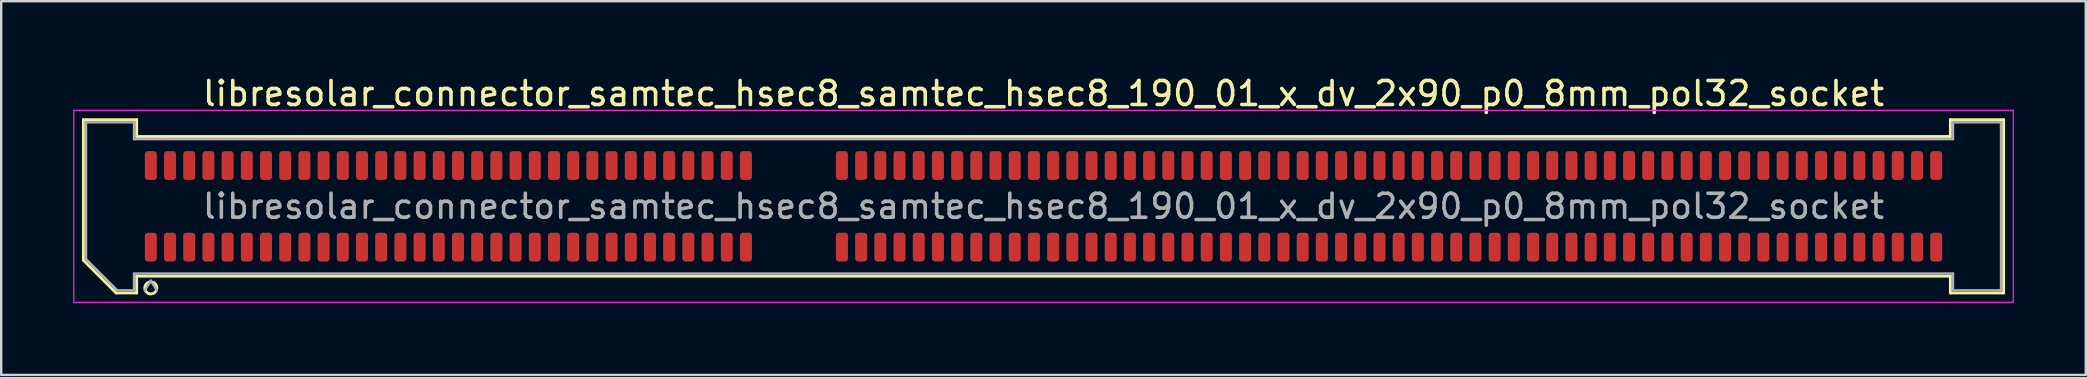
<source format=kicad_pcb>
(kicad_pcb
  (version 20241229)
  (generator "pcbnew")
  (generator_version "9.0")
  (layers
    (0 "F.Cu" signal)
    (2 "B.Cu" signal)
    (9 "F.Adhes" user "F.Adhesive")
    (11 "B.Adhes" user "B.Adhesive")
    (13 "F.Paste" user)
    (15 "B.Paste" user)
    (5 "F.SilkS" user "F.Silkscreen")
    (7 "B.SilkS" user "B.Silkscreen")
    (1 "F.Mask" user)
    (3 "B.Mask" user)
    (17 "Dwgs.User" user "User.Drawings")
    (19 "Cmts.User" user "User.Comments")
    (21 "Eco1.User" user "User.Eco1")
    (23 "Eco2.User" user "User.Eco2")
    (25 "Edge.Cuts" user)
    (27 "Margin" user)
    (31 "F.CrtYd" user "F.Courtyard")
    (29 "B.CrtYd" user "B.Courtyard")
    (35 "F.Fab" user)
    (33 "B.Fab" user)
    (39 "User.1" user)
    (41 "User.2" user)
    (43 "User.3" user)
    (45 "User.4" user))
  (footprint "libresolar_connector_samtec_hsec8_samtec_hsec8_190_01_x_dv_2x90_p0_8mm_pol32_socket"
    (layer "F.Cu")
    (at 40.435 5.548)
    (property "Reference" "libresolar_connector_samtec_hsec8_samtec_hsec8_190_01_x_dv_2x90_p0_8mm_pol32_socket" (at 0 -4.7 0) (layer "F.SilkS") (effects (font (size 1 1) (thickness 0.15))))
    (attr smd)
    (fp_line (start -40.01 -3.61) (end -37.79 -3.61) (stroke (width 0.12) (type solid)) (layer "F.SilkS"))
    (fp_line (start -40.01 2.246) (end -40.01 -3.61) (stroke (width 0.12) (type solid)) (layer "F.SilkS"))
    (fp_line (start -38.646 3.61) (end -40.01 2.246) (stroke (width 0.12) (type solid)) (layer "F.SilkS"))
    (fp_line (start -37.79 -3.61) (end -37.79 -2.91) (stroke (width 0.12) (type solid)) (layer "F.SilkS"))
    (fp_line (start -37.79 -2.91) (end 37.79 -2.91) (stroke (width 0.12) (type solid)) (layer "F.SilkS"))
    (fp_line (start -37.79 2.91) (end -37.79 3.61) (stroke (width 0.12) (type solid)) (layer "F.SilkS"))
    (fp_line (start -37.79 3.61) (end -38.646 3.61) (stroke (width 0.12) (type solid)) (layer "F.SilkS"))
    (fp_line (start 37.79 -3.61) (end 40.01 -3.61) (stroke (width 0.12) (type solid)) (layer "F.SilkS"))
    (fp_line (start 37.79 -2.91) (end 37.79 -3.61) (stroke (width 0.12) (type solid)) (layer "F.SilkS"))
    (fp_line (start 37.79 2.91) (end -37.79 2.91) (stroke (width 0.12) (type solid)) (layer "F.SilkS"))
    (fp_line (start 37.79 3.61) (end 37.79 2.91) (stroke (width 0.12) (type solid)) (layer "F.SilkS"))
    (fp_line (start 40.01 -3.61) (end 40.01 3.61) (stroke (width 0.12) (type solid)) (layer "F.SilkS"))
    (fp_line (start 40.01 3.61) (end 37.79 3.61) (stroke (width 0.12) (type solid)) (layer "F.SilkS"))
    (fp_arc (start -36.95 3.4) (mid -37.45 3.4) (end -36.95 3.4) (stroke (width 0.12) (type solid)) (layer "F.SilkS"))
    (fp_line (start -40.41 -4) (end -40.41 4) (stroke (width 0.05) (type solid)) (layer "F.CrtYd"))
    (fp_line (start -40.41 4) (end 40.41 4) (stroke (width 0.05) (type solid)) (layer "F.CrtYd"))
    (fp_line (start 40.41 -4) (end -40.41 -4) (stroke (width 0.05) (type solid)) (layer "F.CrtYd"))
    (fp_line (start 40.41 4) (end 40.41 -4) (stroke (width 0.05) (type solid)) (layer "F.CrtYd"))
    (fp_line (start -39.9 -3.5) (end -37.9 -3.5) (stroke (width 0.1) (type solid)) (layer "F.Fab"))
    (fp_line (start -39.9 2.2) (end -39.9 -3.5) (stroke (width 0.1) (type solid)) (layer "F.Fab"))
    (fp_line (start -38.6 3.5) (end -39.9 2.2) (stroke (width 0.1) (type solid)) (layer "F.Fab"))
    (fp_line (start -37.9 -3.5) (end -37.9 -2.8) (stroke (width 0.1) (type solid)) (layer "F.Fab"))
    (fp_line (start -37.9 -2.8) (end 37.9 -2.8) (stroke (width 0.1) (type solid)) (layer "F.Fab"))
    (fp_line (start -37.9 2.8) (end -37.9 3.5) (stroke (width 0.1) (type solid)) (layer "F.Fab"))
    (fp_line (start -37.9 3.5) (end -38.6 3.5) (stroke (width 0.1) (type solid)) (layer "F.Fab"))
    (fp_line (start -37.2 3.1) (end -37.45 3.5) (stroke (width 0.1) (type solid)) (layer "F.Fab"))
    (fp_line (start -37.2 3.1) (end -36.95 3.5) (stroke (width 0.1) (type solid)) (layer "F.Fab"))
    (fp_line (start 37.9 -3.5) (end 39.9 -3.5) (stroke (width 0.1) (type solid)) (layer "F.Fab"))
    (fp_line (start 37.9 -2.8) (end 37.9 -3.5) (stroke (width 0.1) (type solid)) (layer "F.Fab"))
    (fp_line (start 37.9 2.8) (end -37.9 2.8) (stroke (width 0.1) (type solid)) (layer "F.Fab"))
    (fp_line (start 37.9 3.5) (end 37.9 2.8) (stroke (width 0.1) (type solid)) (layer "F.Fab"))
    (fp_line (start 39.9 -3.5) (end 39.9 3.5) (stroke (width 0.1) (type solid)) (layer "F.Fab"))
    (fp_line (start 39.9 3.5) (end 37.9 3.5) (stroke (width 0.1) (type solid)) (layer "F.Fab"))
    (fp_text user "${REFERENCE}" (at 0 0 0) (layer "F.Fab") (effects (font (size 1 1) (thickness 0.15))))
    (pad "1" smd roundrect (at -37.2 1.7) (size 0.5 1.2) (layers "F.Cu" "F.Mask" "F.Paste") (roundrect_rratio 0.25))
    (pad "2" smd roundrect (at -37.2 -1.7) (size 0.5 1.2) (layers "F.Cu" "F.Mask" "F.Paste") (roundrect_rratio 0.25))
    (pad "3" smd roundrect (at -36.4 1.7) (size 0.5 1.2) (layers "F.Cu" "F.Mask" "F.Paste") (roundrect_rratio 0.25))
    (pad "4" smd roundrect (at -36.4 -1.7) (size 0.5 1.2) (layers "F.Cu" "F.Mask" "F.Paste") (roundrect_rratio 0.25))
    (pad "5" smd roundrect (at -35.6 1.7) (size 0.5 1.2) (layers "F.Cu" "F.Mask" "F.Paste") (roundrect_rratio 0.25))
    (pad "6" smd roundrect (at -35.6 -1.7) (size 0.5 1.2) (layers "F.Cu" "F.Mask" "F.Paste") (roundrect_rratio 0.25))
    (pad "7" smd roundrect (at -34.8 1.7) (size 0.5 1.2) (layers "F.Cu" "F.Mask" "F.Paste") (roundrect_rratio 0.25))
    (pad "8" smd roundrect (at -34.8 -1.7) (size 0.5 1.2) (layers "F.Cu" "F.Mask" "F.Paste") (roundrect_rratio 0.25))
    (pad "9" smd roundrect (at -34 1.7) (size 0.5 1.2) (layers "F.Cu" "F.Mask" "F.Paste") (roundrect_rratio 0.25))
    (pad "10" smd roundrect (at -34 -1.7) (size 0.5 1.2) (layers "F.Cu" "F.Mask" "F.Paste") (roundrect_rratio 0.25))
    (pad "11" smd roundrect (at -33.2 1.7) (size 0.5 1.2) (layers "F.Cu" "F.Mask" "F.Paste") (roundrect_rratio 0.25))
    (pad "12" smd roundrect (at -33.2 -1.7) (size 0.5 1.2) (layers "F.Cu" "F.Mask" "F.Paste") (roundrect_rratio 0.25))
    (pad "13" smd roundrect (at -32.4 1.7) (size 0.5 1.2) (layers "F.Cu" "F.Mask" "F.Paste") (roundrect_rratio 0.25))
    (pad "14" smd roundrect (at -32.4 -1.7) (size 0.5 1.2) (layers "F.Cu" "F.Mask" "F.Paste") (roundrect_rratio 0.25))
    (pad "15" smd roundrect (at -31.6 1.7) (size 0.5 1.2) (layers "F.Cu" "F.Mask" "F.Paste") (roundrect_rratio 0.25))
    (pad "16" smd roundrect (at -31.6 -1.7) (size 0.5 1.2) (layers "F.Cu" "F.Mask" "F.Paste") (roundrect_rratio 0.25))
    (pad "17" smd roundrect (at -30.8 1.7) (size 0.5 1.2) (layers "F.Cu" "F.Mask" "F.Paste") (roundrect_rratio 0.25))
    (pad "18" smd roundrect (at -30.8 -1.7) (size 0.5 1.2) (layers "F.Cu" "F.Mask" "F.Paste") (roundrect_rratio 0.25))
    (pad "19" smd roundrect (at -30 1.7) (size 0.5 1.2) (layers "F.Cu" "F.Mask" "F.Paste") (roundrect_rratio 0.25))
    (pad "20" smd roundrect (at -30 -1.7) (size 0.5 1.2) (layers "F.Cu" "F.Mask" "F.Paste") (roundrect_rratio 0.25))
    (pad "21" smd roundrect (at -29.2 1.7) (size 0.5 1.2) (layers "F.Cu" "F.Mask" "F.Paste") (roundrect_rratio 0.25))
    (pad "22" smd roundrect (at -29.2 -1.7) (size 0.5 1.2) (layers "F.Cu" "F.Mask" "F.Paste") (roundrect_rratio 0.25))
    (pad "23" smd roundrect (at -28.4 1.7) (size 0.5 1.2) (layers "F.Cu" "F.Mask" "F.Paste") (roundrect_rratio 0.25))
    (pad "24" smd roundrect (at -28.4 -1.7) (size 0.5 1.2) (layers "F.Cu" "F.Mask" "F.Paste") (roundrect_rratio 0.25))
    (pad "25" smd roundrect (at -27.6 1.7) (size 0.5 1.2) (layers "F.Cu" "F.Mask" "F.Paste") (roundrect_rratio 0.25))
    (pad "26" smd roundrect (at -27.6 -1.7) (size 0.5 1.2) (layers "F.Cu" "F.Mask" "F.Paste") (roundrect_rratio 0.25))
    (pad "27" smd roundrect (at -26.8 1.7) (size 0.5 1.2) (layers "F.Cu" "F.Mask" "F.Paste") (roundrect_rratio 0.25))
    (pad "28" smd roundrect (at -26.8 -1.7) (size 0.5 1.2) (layers "F.Cu" "F.Mask" "F.Paste") (roundrect_rratio 0.25))
    (pad "29" smd roundrect (at -26 1.7) (size 0.5 1.2) (layers "F.Cu" "F.Mask" "F.Paste") (roundrect_rratio 0.25))
    (pad "30" smd roundrect (at -26 -1.7) (size 0.5 1.2) (layers "F.Cu" "F.Mask" "F.Paste") (roundrect_rratio 0.25))
    (pad "31" smd roundrect (at -25.2 1.7) (size 0.5 1.2) (layers "F.Cu" "F.Mask" "F.Paste") (roundrect_rratio 0.25))
    (pad "32" smd roundrect (at -25.2 -1.7) (size 0.5 1.2) (layers "F.Cu" "F.Mask" "F.Paste") (roundrect_rratio 0.25))
    (pad "33" smd roundrect (at -24.4 1.7) (size 0.5 1.2) (layers "F.Cu" "F.Mask" "F.Paste") (roundrect_rratio 0.25))
    (pad "34" smd roundrect (at -24.4 -1.7) (size 0.5 1.2) (layers "F.Cu" "F.Mask" "F.Paste") (roundrect_rratio 0.25))
    (pad "35" smd roundrect (at -23.6 1.7) (size 0.5 1.2) (layers "F.Cu" "F.Mask" "F.Paste") (roundrect_rratio 0.25))
    (pad "36" smd roundrect (at -23.6 -1.7) (size 0.5 1.2) (layers "F.Cu" "F.Mask" "F.Paste") (roundrect_rratio 0.25))
    (pad "37" smd roundrect (at -22.8 1.7) (size 0.5 1.2) (layers "F.Cu" "F.Mask" "F.Paste") (roundrect_rratio 0.25))
    (pad "38" smd roundrect (at -22.8 -1.7) (size 0.5 1.2) (layers "F.Cu" "F.Mask" "F.Paste") (roundrect_rratio 0.25))
    (pad "39" smd roundrect (at -22 1.7) (size 0.5 1.2) (layers "F.Cu" "F.Mask" "F.Paste") (roundrect_rratio 0.25))
    (pad "40" smd roundrect (at -22 -1.7) (size 0.5 1.2) (layers "F.Cu" "F.Mask" "F.Paste") (roundrect_rratio 0.25))
    (pad "41" smd roundrect (at -21.2 1.7) (size 0.5 1.2) (layers "F.Cu" "F.Mask" "F.Paste") (roundrect_rratio 0.25))
    (pad "42" smd roundrect (at -21.2 -1.7) (size 0.5 1.2) (layers "F.Cu" "F.Mask" "F.Paste") (roundrect_rratio 0.25))
    (pad "43" smd roundrect (at -20.4 1.7) (size 0.5 1.2) (layers "F.Cu" "F.Mask" "F.Paste") (roundrect_rratio 0.25))
    (pad "44" smd roundrect (at -20.4 -1.7) (size 0.5 1.2) (layers "F.Cu" "F.Mask" "F.Paste") (roundrect_rratio 0.25))
    (pad "45" smd roundrect (at -19.6 1.7) (size 0.5 1.2) (layers "F.Cu" "F.Mask" "F.Paste") (roundrect_rratio 0.25))
    (pad "46" smd roundrect (at -19.6 -1.7) (size 0.5 1.2) (layers "F.Cu" "F.Mask" "F.Paste") (roundrect_rratio 0.25))
    (pad "47" smd roundrect (at -18.8 1.7) (size 0.5 1.2) (layers "F.Cu" "F.Mask" "F.Paste") (roundrect_rratio 0.25))
    (pad "48" smd roundrect (at -18.8 -1.7) (size 0.5 1.2) (layers "F.Cu" "F.Mask" "F.Paste") (roundrect_rratio 0.25))
    (pad "49" smd roundrect (at -18 1.7) (size 0.5 1.2) (layers "F.Cu" "F.Mask" "F.Paste") (roundrect_rratio 0.25))
    (pad "50" smd roundrect (at -18 -1.7) (size 0.5 1.2) (layers "F.Cu" "F.Mask" "F.Paste") (roundrect_rratio 0.25))
    (pad "51" smd roundrect (at -17.2 1.7) (size 0.5 1.2) (layers "F.Cu" "F.Mask" "F.Paste") (roundrect_rratio 0.25))
    (pad "52" smd roundrect (at -17.2 -1.7) (size 0.5 1.2) (layers "F.Cu" "F.Mask" "F.Paste") (roundrect_rratio 0.25))
    (pad "53" smd roundrect (at -16.4 1.7) (size 0.5 1.2) (layers "F.Cu" "F.Mask" "F.Paste") (roundrect_rratio 0.25))
    (pad "54" smd roundrect (at -16.4 -1.7) (size 0.5 1.2) (layers "F.Cu" "F.Mask" "F.Paste") (roundrect_rratio 0.25))
    (pad "55" smd roundrect (at -15.6 1.7) (size 0.5 1.2) (layers "F.Cu" "F.Mask" "F.Paste") (roundrect_rratio 0.25))
    (pad "56" smd roundrect (at -15.6 -1.7) (size 0.5 1.2) (layers "F.Cu" "F.Mask" "F.Paste") (roundrect_rratio 0.25))
    (pad "57" smd roundrect (at -14.8 1.7) (size 0.5 1.2) (layers "F.Cu" "F.Mask" "F.Paste") (roundrect_rratio 0.25))
    (pad "58" smd roundrect (at -14.8 -1.7) (size 0.5 1.2) (layers "F.Cu" "F.Mask" "F.Paste") (roundrect_rratio 0.25))
    (pad "59" smd roundrect (at -14 1.7) (size 0.5 1.2) (layers "F.Cu" "F.Mask" "F.Paste") (roundrect_rratio 0.25))
    (pad "60" smd roundrect (at -14 -1.7) (size 0.5 1.2) (layers "F.Cu" "F.Mask" "F.Paste") (roundrect_rratio 0.25))
    (pad "61" smd roundrect (at -13.2 1.7) (size 0.5 1.2) (layers "F.Cu" "F.Mask" "F.Paste") (roundrect_rratio 0.25))
    (pad "62" smd roundrect (at -13.2 -1.7) (size 0.5 1.2) (layers "F.Cu" "F.Mask" "F.Paste") (roundrect_rratio 0.25))
    (pad "63" smd roundrect (at -12.4 1.7) (size 0.5 1.2) (layers "F.Cu" "F.Mask" "F.Paste") (roundrect_rratio 0.25))
    (pad "64" smd roundrect (at -12.4 -1.7) (size 0.5 1.2) (layers "F.Cu" "F.Mask" "F.Paste") (roundrect_rratio 0.25))
    (pad "65" smd roundrect (at -8.4 1.7) (size 0.5 1.2) (layers "F.Cu" "F.Mask" "F.Paste") (roundrect_rratio 0.25))
    (pad "66" smd roundrect (at -8.4 -1.7) (size 0.5 1.2) (layers "F.Cu" "F.Mask" "F.Paste") (roundrect_rratio 0.25))
    (pad "67" smd roundrect (at -7.6 1.7) (size 0.5 1.2) (layers "F.Cu" "F.Mask" "F.Paste") (roundrect_rratio 0.25))
    (pad "68" smd roundrect (at -7.6 -1.7) (size 0.5 1.2) (layers "F.Cu" "F.Mask" "F.Paste") (roundrect_rratio 0.25))
    (pad "69" smd roundrect (at -6.8 1.7) (size 0.5 1.2) (layers "F.Cu" "F.Mask" "F.Paste") (roundrect_rratio 0.25))
    (pad "70" smd roundrect (at -6.8 -1.7) (size 0.5 1.2) (layers "F.Cu" "F.Mask" "F.Paste") (roundrect_rratio 0.25))
    (pad "71" smd roundrect (at -6 1.7) (size 0.5 1.2) (layers "F.Cu" "F.Mask" "F.Paste") (roundrect_rratio 0.25))
    (pad "72" smd roundrect (at -6 -1.7) (size 0.5 1.2) (layers "F.Cu" "F.Mask" "F.Paste") (roundrect_rratio 0.25))
    (pad "73" smd roundrect (at -5.2 1.7) (size 0.5 1.2) (layers "F.Cu" "F.Mask" "F.Paste") (roundrect_rratio 0.25))
    (pad "74" smd roundrect (at -5.2 -1.7) (size 0.5 1.2) (layers "F.Cu" "F.Mask" "F.Paste") (roundrect_rratio 0.25))
    (pad "75" smd roundrect (at -4.4 1.7) (size 0.5 1.2) (layers "F.Cu" "F.Mask" "F.Paste") (roundrect_rratio 0.25))
    (pad "76" smd roundrect (at -4.4 -1.7) (size 0.5 1.2) (layers "F.Cu" "F.Mask" "F.Paste") (roundrect_rratio 0.25))
    (pad "77" smd roundrect (at -3.6 1.7) (size 0.5 1.2) (layers "F.Cu" "F.Mask" "F.Paste") (roundrect_rratio 0.25))
    (pad "78" smd roundrect (at -3.6 -1.7) (size 0.5 1.2) (layers "F.Cu" "F.Mask" "F.Paste") (roundrect_rratio 0.25))
    (pad "79" smd roundrect (at -2.8 1.7) (size 0.5 1.2) (layers "F.Cu" "F.Mask" "F.Paste") (roundrect_rratio 0.25))
    (pad "80" smd roundrect (at -2.8 -1.7) (size 0.5 1.2) (layers "F.Cu" "F.Mask" "F.Paste") (roundrect_rratio 0.25))
    (pad "81" smd roundrect (at -2 1.7) (size 0.5 1.2) (layers "F.Cu" "F.Mask" "F.Paste") (roundrect_rratio 0.25))
    (pad "82" smd roundrect (at -2 -1.7) (size 0.5 1.2) (layers "F.Cu" "F.Mask" "F.Paste") (roundrect_rratio 0.25))
    (pad "83" smd roundrect (at -1.2 1.7) (size 0.5 1.2) (layers "F.Cu" "F.Mask" "F.Paste") (roundrect_rratio 0.25))
    (pad "84" smd roundrect (at -1.2 -1.7) (size 0.5 1.2) (layers "F.Cu" "F.Mask" "F.Paste") (roundrect_rratio 0.25))
    (pad "85" smd roundrect (at -0.4 1.7) (size 0.5 1.2) (layers "F.Cu" "F.Mask" "F.Paste") (roundrect_rratio 0.25))
    (pad "86" smd roundrect (at -0.4 -1.7) (size 0.5 1.2) (layers "F.Cu" "F.Mask" "F.Paste") (roundrect_rratio 0.25))
    (pad "87" smd roundrect (at 0.4 1.7) (size 0.5 1.2) (layers "F.Cu" "F.Mask" "F.Paste") (roundrect_rratio 0.25))
    (pad "88" smd roundrect (at 0.4 -1.7) (size 0.5 1.2) (layers "F.Cu" "F.Mask" "F.Paste") (roundrect_rratio 0.25))
    (pad "89" smd roundrect (at 1.2 1.7) (size 0.5 1.2) (layers "F.Cu" "F.Mask" "F.Paste") (roundrect_rratio 0.25))
    (pad "90" smd roundrect (at 1.2 -1.7) (size 0.5 1.2) (layers "F.Cu" "F.Mask" "F.Paste") (roundrect_rratio 0.25))
    (pad "91" smd roundrect (at 2 1.7) (size 0.5 1.2) (layers "F.Cu" "F.Mask" "F.Paste") (roundrect_rratio 0.25))
    (pad "92" smd roundrect (at 2 -1.7) (size 0.5 1.2) (layers "F.Cu" "F.Mask" "F.Paste") (roundrect_rratio 0.25))
    (pad "93" smd roundrect (at 2.8 1.7) (size 0.5 1.2) (layers "F.Cu" "F.Mask" "F.Paste") (roundrect_rratio 0.25))
    (pad "94" smd roundrect (at 2.8 -1.7) (size 0.5 1.2) (layers "F.Cu" "F.Mask" "F.Paste") (roundrect_rratio 0.25))
    (pad "95" smd roundrect (at 3.6 1.7) (size 0.5 1.2) (layers "F.Cu" "F.Mask" "F.Paste") (roundrect_rratio 0.25))
    (pad "96" smd roundrect (at 3.6 -1.7) (size 0.5 1.2) (layers "F.Cu" "F.Mask" "F.Paste") (roundrect_rratio 0.25))
    (pad "97" smd roundrect (at 4.4 1.7) (size 0.5 1.2) (layers "F.Cu" "F.Mask" "F.Paste") (roundrect_rratio 0.25))
    (pad "98" smd roundrect (at 4.4 -1.7) (size 0.5 1.2) (layers "F.Cu" "F.Mask" "F.Paste") (roundrect_rratio 0.25))
    (pad "99" smd roundrect (at 5.2 1.7) (size 0.5 1.2) (layers "F.Cu" "F.Mask" "F.Paste") (roundrect_rratio 0.25))
    (pad "100" smd roundrect (at 5.2 -1.7) (size 0.5 1.2) (layers "F.Cu" "F.Mask" "F.Paste") (roundrect_rratio 0.25))
    (pad "101" smd roundrect (at 6 1.7) (size 0.5 1.2) (layers "F.Cu" "F.Mask" "F.Paste") (roundrect_rratio 0.25))
    (pad "102" smd roundrect (at 6 -1.7) (size 0.5 1.2) (layers "F.Cu" "F.Mask" "F.Paste") (roundrect_rratio 0.25))
    (pad "103" smd roundrect (at 6.8 1.7) (size 0.5 1.2) (layers "F.Cu" "F.Mask" "F.Paste") (roundrect_rratio 0.25))
    (pad "104" smd roundrect (at 6.8 -1.7) (size 0.5 1.2) (layers "F.Cu" "F.Mask" "F.Paste") (roundrect_rratio 0.25))
    (pad "105" smd roundrect (at 7.6 1.7) (size 0.5 1.2) (layers "F.Cu" "F.Mask" "F.Paste") (roundrect_rratio 0.25))
    (pad "106" smd roundrect (at 7.6 -1.7) (size 0.5 1.2) (layers "F.Cu" "F.Mask" "F.Paste") (roundrect_rratio 0.25))
    (pad "107" smd roundrect (at 8.4 1.7) (size 0.5 1.2) (layers "F.Cu" "F.Mask" "F.Paste") (roundrect_rratio 0.25))
    (pad "108" smd roundrect (at 8.4 -1.7) (size 0.5 1.2) (layers "F.Cu" "F.Mask" "F.Paste") (roundrect_rratio 0.25))
    (pad "109" smd roundrect (at 9.2 1.7) (size 0.5 1.2) (layers "F.Cu" "F.Mask" "F.Paste") (roundrect_rratio 0.25))
    (pad "110" smd roundrect (at 9.2 -1.7) (size 0.5 1.2) (layers "F.Cu" "F.Mask" "F.Paste") (roundrect_rratio 0.25))
    (pad "111" smd roundrect (at 10 1.7) (size 0.5 1.2) (layers "F.Cu" "F.Mask" "F.Paste") (roundrect_rratio 0.25))
    (pad "112" smd roundrect (at 10 -1.7) (size 0.5 1.2) (layers "F.Cu" "F.Mask" "F.Paste") (roundrect_rratio 0.25))
    (pad "113" smd roundrect (at 10.8 1.7) (size 0.5 1.2) (layers "F.Cu" "F.Mask" "F.Paste") (roundrect_rratio 0.25))
    (pad "114" smd roundrect (at 10.8 -1.7) (size 0.5 1.2) (layers "F.Cu" "F.Mask" "F.Paste") (roundrect_rratio 0.25))
    (pad "115" smd roundrect (at 11.6 1.7) (size 0.5 1.2) (layers "F.Cu" "F.Mask" "F.Paste") (roundrect_rratio 0.25))
    (pad "116" smd roundrect (at 11.6 -1.7) (size 0.5 1.2) (layers "F.Cu" "F.Mask" "F.Paste") (roundrect_rratio 0.25))
    (pad "117" smd roundrect (at 12.4 1.7) (size 0.5 1.2) (layers "F.Cu" "F.Mask" "F.Paste") (roundrect_rratio 0.25))
    (pad "118" smd roundrect (at 12.4 -1.7) (size 0.5 1.2) (layers "F.Cu" "F.Mask" "F.Paste") (roundrect_rratio 0.25))
    (pad "119" smd roundrect (at 13.2 1.7) (size 0.5 1.2) (layers "F.Cu" "F.Mask" "F.Paste") (roundrect_rratio 0.25))
    (pad "120" smd roundrect (at 13.2 -1.7) (size 0.5 1.2) (layers "F.Cu" "F.Mask" "F.Paste") (roundrect_rratio 0.25))
    (pad "121" smd roundrect (at 14 1.7) (size 0.5 1.2) (layers "F.Cu" "F.Mask" "F.Paste") (roundrect_rratio 0.25))
    (pad "122" smd roundrect (at 14 -1.7) (size 0.5 1.2) (layers "F.Cu" "F.Mask" "F.Paste") (roundrect_rratio 0.25))
    (pad "123" smd roundrect (at 14.8 1.7) (size 0.5 1.2) (layers "F.Cu" "F.Mask" "F.Paste") (roundrect_rratio 0.25))
    (pad "124" smd roundrect (at 14.8 -1.7) (size 0.5 1.2) (layers "F.Cu" "F.Mask" "F.Paste") (roundrect_rratio 0.25))
    (pad "125" smd roundrect (at 15.6 1.7) (size 0.5 1.2) (layers "F.Cu" "F.Mask" "F.Paste") (roundrect_rratio 0.25))
    (pad "126" smd roundrect (at 15.6 -1.7) (size 0.5 1.2) (layers "F.Cu" "F.Mask" "F.Paste") (roundrect_rratio 0.25))
    (pad "127" smd roundrect (at 16.4 1.7) (size 0.5 1.2) (layers "F.Cu" "F.Mask" "F.Paste") (roundrect_rratio 0.25))
    (pad "128" smd roundrect (at 16.4 -1.7) (size 0.5 1.2) (layers "F.Cu" "F.Mask" "F.Paste") (roundrect_rratio 0.25))
    (pad "129" smd roundrect (at 17.2 1.7) (size 0.5 1.2) (layers "F.Cu" "F.Mask" "F.Paste") (roundrect_rratio 0.25))
    (pad "130" smd roundrect (at 17.2 -1.7) (size 0.5 1.2) (layers "F.Cu" "F.Mask" "F.Paste") (roundrect_rratio 0.25))
    (pad "131" smd roundrect (at 18 1.7) (size 0.5 1.2) (layers "F.Cu" "F.Mask" "F.Paste") (roundrect_rratio 0.25))
    (pad "132" smd roundrect (at 18 -1.7) (size 0.5 1.2) (layers "F.Cu" "F.Mask" "F.Paste") (roundrect_rratio 0.25))
    (pad "133" smd roundrect (at 18.8 1.7) (size 0.5 1.2) (layers "F.Cu" "F.Mask" "F.Paste") (roundrect_rratio 0.25))
    (pad "134" smd roundrect (at 18.8 -1.7) (size 0.5 1.2) (layers "F.Cu" "F.Mask" "F.Paste") (roundrect_rratio 0.25))
    (pad "135" smd roundrect (at 19.6 1.7) (size 0.5 1.2) (layers "F.Cu" "F.Mask" "F.Paste") (roundrect_rratio 0.25))
    (pad "136" smd roundrect (at 19.6 -1.7) (size 0.5 1.2) (layers "F.Cu" "F.Mask" "F.Paste") (roundrect_rratio 0.25))
    (pad "137" smd roundrect (at 20.4 1.7) (size 0.5 1.2) (layers "F.Cu" "F.Mask" "F.Paste") (roundrect_rratio 0.25))
    (pad "138" smd roundrect (at 20.4 -1.7) (size 0.5 1.2) (layers "F.Cu" "F.Mask" "F.Paste") (roundrect_rratio 0.25))
    (pad "139" smd roundrect (at 21.2 1.7) (size 0.5 1.2) (layers "F.Cu" "F.Mask" "F.Paste") (roundrect_rratio 0.25))
    (pad "140" smd roundrect (at 21.2 -1.7) (size 0.5 1.2) (layers "F.Cu" "F.Mask" "F.Paste") (roundrect_rratio 0.25))
    (pad "141" smd roundrect (at 22 1.7) (size 0.5 1.2) (layers "F.Cu" "F.Mask" "F.Paste") (roundrect_rratio 0.25))
    (pad "142" smd roundrect (at 22 -1.7) (size 0.5 1.2) (layers "F.Cu" "F.Mask" "F.Paste") (roundrect_rratio 0.25))
    (pad "143" smd roundrect (at 22.8 1.7) (size 0.5 1.2) (layers "F.Cu" "F.Mask" "F.Paste") (roundrect_rratio 0.25))
    (pad "144" smd roundrect (at 22.8 -1.7) (size 0.5 1.2) (layers "F.Cu" "F.Mask" "F.Paste") (roundrect_rratio 0.25))
    (pad "145" smd roundrect (at 23.6 1.7) (size 0.5 1.2) (layers "F.Cu" "F.Mask" "F.Paste") (roundrect_rratio 0.25))
    (pad "146" smd roundrect (at 23.6 -1.7) (size 0.5 1.2) (layers "F.Cu" "F.Mask" "F.Paste") (roundrect_rratio 0.25))
    (pad "147" smd roundrect (at 24.4 1.7) (size 0.5 1.2) (layers "F.Cu" "F.Mask" "F.Paste") (roundrect_rratio 0.25))
    (pad "148" smd roundrect (at 24.4 -1.7) (size 0.5 1.2) (layers "F.Cu" "F.Mask" "F.Paste") (roundrect_rratio 0.25))
    (pad "149" smd roundrect (at 25.2 1.7) (size 0.5 1.2) (layers "F.Cu" "F.Mask" "F.Paste") (roundrect_rratio 0.25))
    (pad "150" smd roundrect (at 25.2 -1.7) (size 0.5 1.2) (layers "F.Cu" "F.Mask" "F.Paste") (roundrect_rratio 0.25))
    (pad "151" smd roundrect (at 26 1.7) (size 0.5 1.2) (layers "F.Cu" "F.Mask" "F.Paste") (roundrect_rratio 0.25))
    (pad "152" smd roundrect (at 26 -1.7) (size 0.5 1.2) (layers "F.Cu" "F.Mask" "F.Paste") (roundrect_rratio 0.25))
    (pad "153" smd roundrect (at 26.8 1.7) (size 0.5 1.2) (layers "F.Cu" "F.Mask" "F.Paste") (roundrect_rratio 0.25))
    (pad "154" smd roundrect (at 26.8 -1.7) (size 0.5 1.2) (layers "F.Cu" "F.Mask" "F.Paste") (roundrect_rratio 0.25))
    (pad "155" smd roundrect (at 27.6 1.7) (size 0.5 1.2) (layers "F.Cu" "F.Mask" "F.Paste") (roundrect_rratio 0.25))
    (pad "156" smd roundrect (at 27.6 -1.7) (size 0.5 1.2) (layers "F.Cu" "F.Mask" "F.Paste") (roundrect_rratio 0.25))
    (pad "157" smd roundrect (at 28.4 1.7) (size 0.5 1.2) (layers "F.Cu" "F.Mask" "F.Paste") (roundrect_rratio 0.25))
    (pad "158" smd roundrect (at 28.4 -1.7) (size 0.5 1.2) (layers "F.Cu" "F.Mask" "F.Paste") (roundrect_rratio 0.25))
    (pad "159" smd roundrect (at 29.2 1.7) (size 0.5 1.2) (layers "F.Cu" "F.Mask" "F.Paste") (roundrect_rratio 0.25))
    (pad "160" smd roundrect (at 29.2 -1.7) (size 0.5 1.2) (layers "F.Cu" "F.Mask" "F.Paste") (roundrect_rratio 0.25))
    (pad "161" smd roundrect (at 30 1.7) (size 0.5 1.2) (layers "F.Cu" "F.Mask" "F.Paste") (roundrect_rratio 0.25))
    (pad "162" smd roundrect (at 30 -1.7) (size 0.5 1.2) (layers "F.Cu" "F.Mask" "F.Paste") (roundrect_rratio 0.25))
    (pad "163" smd roundrect (at 30.8 1.7) (size 0.5 1.2) (layers "F.Cu" "F.Mask" "F.Paste") (roundrect_rratio 0.25))
    (pad "164" smd roundrect (at 30.8 -1.7) (size 0.5 1.2) (layers "F.Cu" "F.Mask" "F.Paste") (roundrect_rratio 0.25))
    (pad "165" smd roundrect (at 31.6 1.7) (size 0.5 1.2) (layers "F.Cu" "F.Mask" "F.Paste") (roundrect_rratio 0.25))
    (pad "166" smd roundrect (at 31.6 -1.7) (size 0.5 1.2) (layers "F.Cu" "F.Mask" "F.Paste") (roundrect_rratio 0.25))
    (pad "167" smd roundrect (at 32.4 1.7) (size 0.5 1.2) (layers "F.Cu" "F.Mask" "F.Paste") (roundrect_rratio 0.25))
    (pad "168" smd roundrect (at 32.4 -1.7) (size 0.5 1.2) (layers "F.Cu" "F.Mask" "F.Paste") (roundrect_rratio 0.25))
    (pad "169" smd roundrect (at 33.2 1.7) (size 0.5 1.2) (layers "F.Cu" "F.Mask" "F.Paste") (roundrect_rratio 0.25))
    (pad "170" smd roundrect (at 33.2 -1.7) (size 0.5 1.2) (layers "F.Cu" "F.Mask" "F.Paste") (roundrect_rratio 0.25))
    (pad "171" smd roundrect (at 34 1.7) (size 0.5 1.2) (layers "F.Cu" "F.Mask" "F.Paste") (roundrect_rratio 0.25))
    (pad "172" smd roundrect (at 34 -1.7) (size 0.5 1.2) (layers "F.Cu" "F.Mask" "F.Paste") (roundrect_rratio 0.25))
    (pad "173" smd roundrect (at 34.8 1.7) (size 0.5 1.2) (layers "F.Cu" "F.Mask" "F.Paste") (roundrect_rratio 0.25))
    (pad "174" smd roundrect (at 34.8 -1.7) (size 0.5 1.2) (layers "F.Cu" "F.Mask" "F.Paste") (roundrect_rratio 0.25))
    (pad "175" smd roundrect (at 35.6 1.7) (size 0.5 1.2) (layers "F.Cu" "F.Mask" "F.Paste") (roundrect_rratio 0.25))
    (pad "176" smd roundrect (at 35.6 -1.7) (size 0.5 1.2) (layers "F.Cu" "F.Mask" "F.Paste") (roundrect_rratio 0.25))
    (pad "177" smd roundrect (at 36.4 1.7) (size 0.5 1.2) (layers "F.Cu" "F.Mask" "F.Paste") (roundrect_rratio 0.25))
    (pad "178" smd roundrect (at 36.4 -1.7) (size 0.5 1.2) (layers "F.Cu" "F.Mask" "F.Paste") (roundrect_rratio 0.25))
    (pad "179" smd roundrect (at 37.2 1.7) (size 0.5 1.2) (layers "F.Cu" "F.Mask" "F.Paste") (roundrect_rratio 0.25))
    (pad "180" smd roundrect (at 37.2 -1.7) (size 0.5 1.2) (layers "F.Cu" "F.Mask" "F.Paste") (roundrect_rratio 0.25)))
  (gr_rect
    (start -3 -3)
    (end 83.87 12.573)
    (stroke (width 0.1) (type default))
    (fill no)
    (layer "Edge.Cuts")))
</source>
